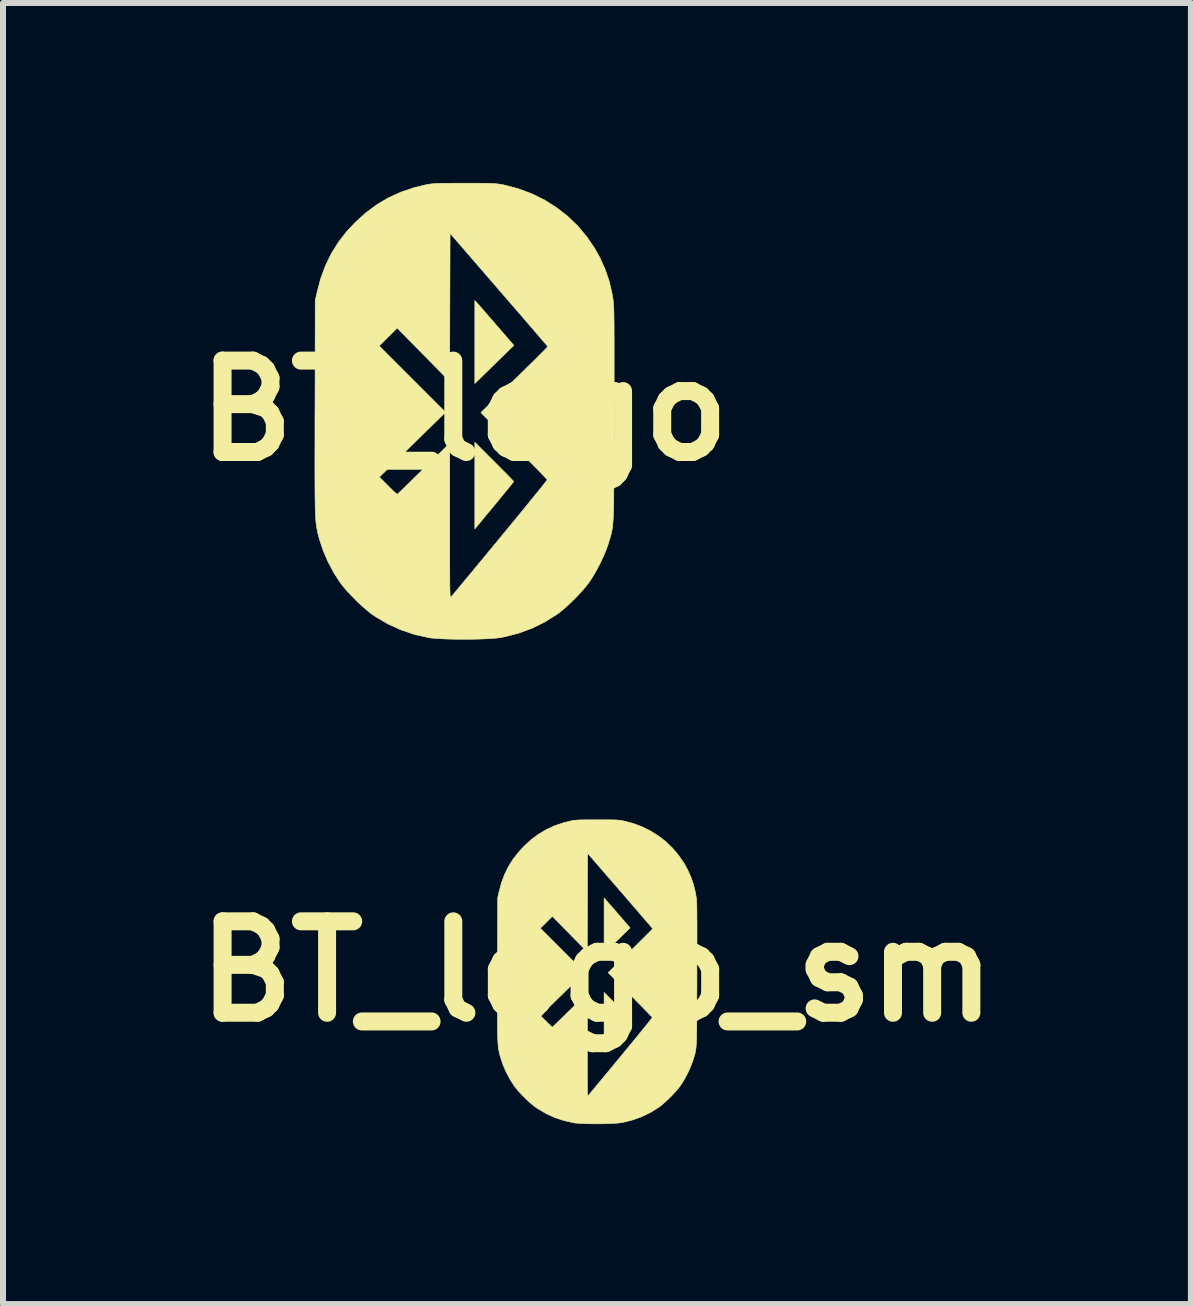
<source format=kicad_pcb>
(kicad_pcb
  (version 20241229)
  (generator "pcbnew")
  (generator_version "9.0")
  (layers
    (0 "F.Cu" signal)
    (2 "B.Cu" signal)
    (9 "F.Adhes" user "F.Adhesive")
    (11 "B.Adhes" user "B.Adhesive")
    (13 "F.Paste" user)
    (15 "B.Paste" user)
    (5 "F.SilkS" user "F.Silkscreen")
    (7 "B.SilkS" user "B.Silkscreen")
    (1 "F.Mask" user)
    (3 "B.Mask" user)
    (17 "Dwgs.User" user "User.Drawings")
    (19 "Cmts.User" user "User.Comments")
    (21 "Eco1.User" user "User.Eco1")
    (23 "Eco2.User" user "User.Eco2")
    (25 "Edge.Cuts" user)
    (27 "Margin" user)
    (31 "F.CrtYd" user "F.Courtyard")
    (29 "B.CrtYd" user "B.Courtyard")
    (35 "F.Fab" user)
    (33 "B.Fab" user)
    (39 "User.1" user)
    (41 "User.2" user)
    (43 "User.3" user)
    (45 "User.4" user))
  (footprint "BT_logo_sm"
    (layer "F.Cu")
    (at 6.902 13.144)
    (property "Reference" "BT_logo_sm" (at 0 0 0) (layer "F.SilkS") (effects (font (size 1.524 1.524) (thickness 0.3))))
    (attr through_hole)
    (fp_poly (pts (xy 0.139 -1.202) (xy 0.149 -1.191) (xy 0.168 -1.168) (xy 0.196 -1.136) (xy 0.231 -1.097) (xy 0.271 -1.05) (xy 0.316 -0.999) (xy 0.355 -0.953) (xy 0.552 -0.726) (xy 0.507 -0.682) (xy 0.489 -0.664) (xy 0.46 -0.637) (xy 0.424 -0.602) (xy 0.383 -0.561) (xy 0.337 -0.516) (xy 0.29 -0.47) (xy 0.29 -0.47) (xy 0.119 -0.302) (xy 0.119 -1.223) (xy 0.139 -1.202)) (stroke (width 0.01) (type solid)) (fill yes) (layer "F.SilkS"))
    (fp_poly (pts (xy 0.334 0.567) (xy 0.384 0.617) (xy 0.43 0.663) (xy 0.47 0.703) (xy 0.503 0.738) (xy 0.529 0.764) (xy 0.545 0.781) (xy 0.55 0.787) (xy 0.545 0.795) (xy 0.531 0.813) (xy 0.508 0.841) (xy 0.48 0.876) (xy 0.448 0.916) (xy 0.436 0.93) (xy 0.392 0.982) (xy 0.345 1.04) (xy 0.296 1.099) (xy 0.251 1.154) (xy 0.22 1.191) (xy 0.119 1.314) (xy 0.119 0.351) (xy 0.334 0.567)) (stroke (width 0.01) (type solid)) (fill yes) (layer "F.SilkS"))
    (fp_poly (pts (xy 0.091 -2.527) (xy 0.162 -2.527) (xy 0.221 -2.527) (xy 0.269 -2.526) (xy 0.307 -2.525) (xy 0.339 -2.523) (xy 0.365 -2.521) (xy 0.388 -2.518) (xy 0.411 -2.515) (xy 0.434 -2.51) (xy 0.445 -2.508) (xy 0.602 -2.467) (xy 0.752 -2.411) (xy 0.894 -2.34) (xy 1.027 -2.257) (xy 1.15 -2.161) (xy 1.262 -2.052) (xy 1.363 -1.932) (xy 1.452 -1.802) (xy 1.51 -1.697) (xy 1.566 -1.572) (xy 1.609 -1.447) (xy 1.641 -1.316) (xy 1.655 -1.232) (xy 1.657 -1.217) (xy 1.659 -1.201) (xy 1.66 -1.181) (xy 1.662 -1.157) (xy 1.663 -1.129) (xy 1.664 -1.095) (xy 1.665 -1.054) (xy 1.665 -1.006) (xy 1.666 -0.95) (xy 1.666 -0.885) (xy 1.667 -0.809) (xy 1.667 -0.723) (xy 1.667 -0.625) (xy 1.667 -0.514) (xy 1.667 -0.389) (xy 1.666 -0.25) (xy 1.666 -0.096) (xy 1.666 0.042) (xy 1.666 0.21) (xy 1.665 0.362) (xy 1.665 0.499) (xy 1.665 0.622) (xy 1.664 0.731) (xy 1.664 0.829) (xy 1.663 0.914) (xy 1.662 0.99) (xy 1.661 1.055) (xy 1.66 1.113) (xy 1.658 1.162) (xy 1.656 1.205) (xy 1.653 1.241) (xy 1.651 1.273) (xy 1.647 1.301) (xy 1.643 1.326) (xy 1.639 1.349) (xy 1.634 1.37) (xy 1.628 1.391) (xy 1.622 1.413) (xy 1.615 1.436) (xy 1.607 1.462) (xy 1.604 1.472) (xy 1.58 1.54) (xy 1.549 1.616) (xy 1.512 1.696) (xy 1.471 1.775) (xy 1.429 1.847) (xy 1.391 1.905) (xy 1.352 1.955) (xy 1.304 2.011) (xy 1.248 2.07) (xy 1.19 2.128) (xy 1.131 2.183) (xy 1.076 2.23) (xy 1.033 2.263) (xy 0.897 2.348) (xy 0.753 2.419) (xy 0.602 2.474) (xy 0.446 2.514) (xy 0.394 2.523) (xy 0.348 2.529) (xy 0.289 2.533) (xy 0.22 2.537) (xy 0.142 2.539) (xy 0.059 2.541) (xy -0.025 2.541) (xy -0.109 2.54) (xy -0.188 2.538) (xy -0.261 2.535) (xy -0.324 2.531) (xy -0.374 2.526) (xy -0.389 2.523) (xy -0.546 2.488) (xy -0.699 2.438) (xy -0.844 2.372) (xy -0.982 2.291) (xy -1.024 2.263) (xy -1.074 2.224) (xy -1.131 2.176) (xy -1.19 2.12) (xy -1.248 2.061) (xy -1.303 2.002) (xy -1.351 1.946) (xy -1.382 1.905) (xy -1.451 1.796) (xy -1.514 1.678) (xy -1.567 1.555) (xy -1.607 1.433) (xy -1.617 1.399) (xy -1.623 1.375) (xy -1.628 1.354) (xy -1.633 1.332) (xy -1.637 1.311) (xy -1.641 1.288) (xy -1.644 1.264) (xy -1.647 1.236) (xy -1.65 1.205) (xy -1.652 1.168) (xy -1.654 1.126) (xy -1.655 1.077) (xy -1.656 1.021) (xy -1.657 0.956) (xy -1.658 0.882) (xy -1.658 0.798) (xy -1.658 0.703) (xy -1.659 0.595) (xy -1.658 0.475) (xy -1.658 0.34) (xy -1.658 0.191) (xy -1.658 0.026) (xy -1.658 -0.038) (xy -1.656 -0.72) (xy -0.944 -0.72) (xy -0.576 -0.351) (xy -0.207 0.017) (xy -0.313 0.121) (xy -0.343 0.15) (xy -0.383 0.189) (xy -0.431 0.236) (xy -0.485 0.289) (xy -0.543 0.346) (xy -0.603 0.405) (xy -0.663 0.464) (xy -0.681 0.481) (xy -0.943 0.738) (xy -0.846 0.835) (xy -0.813 0.867) (xy -0.784 0.895) (xy -0.762 0.915) (xy -0.747 0.927) (xy -0.744 0.929) (xy -0.737 0.923) (xy -0.719 0.906) (xy -0.691 0.88) (xy -0.655 0.845) (xy -0.611 0.803) (xy -0.562 0.755) (xy -0.508 0.702) (xy -0.45 0.645) (xy -0.449 0.645) (xy -0.161 0.363) (xy -0.161 1.225) (xy -0.161 1.364) (xy -0.161 1.488) (xy -0.161 1.597) (xy -0.161 1.691) (xy -0.16 1.773) (xy -0.16 1.842) (xy -0.16 1.9) (xy -0.159 1.947) (xy -0.158 1.986) (xy -0.158 2.016) (xy -0.156 2.038) (xy -0.155 2.054) (xy -0.154 2.065) (xy -0.152 2.071) (xy -0.15 2.073) (xy -0.148 2.072) (xy -0.145 2.07) (xy -0.145 2.07) (xy -0.137 2.061) (xy -0.12 2.04) (xy -0.093 2.008) (xy -0.058 1.966) (xy -0.015 1.914) (xy 0.035 1.853) (xy 0.092 1.785) (xy 0.153 1.711) (xy 0.22 1.631) (xy 0.29 1.545) (xy 0.364 1.456) (xy 0.397 1.416) (xy 0.471 1.326) (xy 0.543 1.239) (xy 0.61 1.157) (xy 0.673 1.081) (xy 0.73 1.01) (xy 0.782 0.947) (xy 0.826 0.892) (xy 0.863 0.846) (xy 0.892 0.81) (xy 0.912 0.784) (xy 0.922 0.771) (xy 0.923 0.768) (xy 0.917 0.761) (xy 0.9 0.742) (xy 0.873 0.714) (xy 0.838 0.677) (xy 0.794 0.632) (xy 0.744 0.58) (xy 0.687 0.523) (xy 0.626 0.461) (xy 0.561 0.396) (xy 0.555 0.389) (xy 0.186 0.021) (xy 0.559 -0.343) (xy 0.625 -0.407) (xy 0.687 -0.468) (xy 0.744 -0.525) (xy 0.796 -0.576) (xy 0.84 -0.62) (xy 0.877 -0.657) (xy 0.905 -0.686) (xy 0.922 -0.704) (xy 0.929 -0.712) (xy 0.929 -0.713) (xy 0.924 -0.72) (xy 0.907 -0.739) (xy 0.882 -0.769) (xy 0.847 -0.809) (xy 0.805 -0.858) (xy 0.755 -0.916) (xy 0.699 -0.982) (xy 0.636 -1.054) (xy 0.569 -1.132) (xy 0.498 -1.215) (xy 0.423 -1.302) (xy 0.385 -1.345) (xy -0.157 -1.971) (xy -0.162 -0.326) (xy -0.453 -0.622) (xy -0.744 -0.919) (xy -0.844 -0.819) (xy -0.944 -0.72) (xy -1.656 -0.72) (xy -1.655 -1.223) (xy -1.636 -1.312) (xy -1.595 -1.468) (xy -1.542 -1.612) (xy -1.476 -1.747) (xy -1.397 -1.873) (xy -1.303 -1.993) (xy -1.215 -2.087) (xy -1.097 -2.196) (xy -0.973 -2.288) (xy -0.841 -2.366) (xy -0.702 -2.429) (xy -0.553 -2.479) (xy -0.436 -2.508) (xy -0.412 -2.513) (xy -0.39 -2.517) (xy -0.367 -2.52) (xy -0.343 -2.522) (xy -0.314 -2.524) (xy -0.278 -2.525) (xy -0.235 -2.526) (xy -0.182 -2.527) (xy -0.116 -2.527) (xy -0.036 -2.527) (xy 0.004 -2.527) (xy 0.091 -2.527)) (stroke (width 0.01) (type solid)) (fill yes) (layer "F.SilkS")))
  (footprint "BT_logo"
    (layer "F.Cu")
    (at 4.688 3.796)
    (property "Reference" "BT_logo" (at 0 0 0) (layer "F.SilkS") (effects (font (size 1.524 1.524) (thickness 0.3))))
    (attr through_hole)
    (fp_poly (pts (xy 0.208 -1.803) (xy 0.223 -1.786) (xy 0.253 -1.753) (xy 0.295 -1.705) (xy 0.347 -1.645) (xy 0.407 -1.575) (xy 0.473 -1.499) (xy 0.533 -1.43) (xy 0.828 -1.088) (xy 0.76 -1.023) (xy 0.733 -0.996) (xy 0.691 -0.955) (xy 0.637 -0.902) (xy 0.574 -0.841) (xy 0.506 -0.774) (xy 0.435 -0.705) (xy 0.435 -0.705) (xy 0.178 -0.453) (xy 0.178 -1.835) (xy 0.208 -1.803)) (stroke (width 0.01) (type solid)) (fill yes) (layer "F.SilkS"))
    (fp_poly (pts (xy 0.502 0.851) (xy 0.576 0.925) (xy 0.644 0.994) (xy 0.705 1.055) (xy 0.755 1.106) (xy 0.793 1.146) (xy 0.817 1.171) (xy 0.825 1.181) (xy 0.818 1.192) (xy 0.796 1.22) (xy 0.763 1.262) (xy 0.72 1.314) (xy 0.671 1.374) (xy 0.653 1.395) (xy 0.589 1.474) (xy 0.517 1.561) (xy 0.444 1.649) (xy 0.376 1.731) (xy 0.33 1.787) (xy 0.178 1.971) (xy 0.178 0.527) (xy 0.502 0.851)) (stroke (width 0.01) (type solid)) (fill yes) (layer "F.SilkS"))
    (fp_poly (pts (xy 0.136 -3.791) (xy 0.244 -3.791) (xy 0.332 -3.79) (xy 0.403 -3.789) (xy 0.461 -3.787) (xy 0.508 -3.785) (xy 0.548 -3.781) (xy 0.583 -3.777) (xy 0.616 -3.772) (xy 0.65 -3.765) (xy 0.667 -3.762) (xy 0.903 -3.7) (xy 1.128 -3.616) (xy 1.341 -3.511) (xy 1.54 -3.385) (xy 1.725 -3.241) (xy 1.894 -3.078) (xy 2.045 -2.898) (xy 2.178 -2.702) (xy 2.265 -2.545) (xy 2.349 -2.358) (xy 2.414 -2.17) (xy 2.461 -1.974) (xy 2.483 -1.848) (xy 2.485 -1.826) (xy 2.488 -1.801) (xy 2.49 -1.771) (xy 2.492 -1.736) (xy 2.494 -1.693) (xy 2.496 -1.642) (xy 2.497 -1.581) (xy 2.498 -1.509) (xy 2.499 -1.425) (xy 2.499 -1.327) (xy 2.5 -1.214) (xy 2.5 -1.084) (xy 2.5 -0.937) (xy 2.5 -0.77) (xy 2.5 -0.584) (xy 2.5 -0.375) (xy 2.499 -0.144) (xy 2.499 0.064) (xy 2.498 0.315) (xy 2.498 0.543) (xy 2.497 0.749) (xy 2.497 0.933) (xy 2.496 1.097) (xy 2.495 1.243) (xy 2.494 1.372) (xy 2.493 1.484) (xy 2.492 1.583) (xy 2.489 1.669) (xy 2.487 1.743) (xy 2.484 1.807) (xy 2.48 1.862) (xy 2.476 1.91) (xy 2.471 1.952) (xy 2.465 1.989) (xy 2.458 2.023) (xy 2.451 2.055) (xy 2.442 2.087) (xy 2.433 2.119) (xy 2.422 2.154) (xy 2.41 2.192) (xy 2.406 2.208) (xy 2.371 2.31) (xy 2.323 2.424) (xy 2.267 2.544) (xy 2.206 2.662) (xy 2.143 2.77) (xy 2.086 2.857) (xy 2.029 2.932) (xy 1.956 3.016) (xy 1.873 3.105) (xy 1.785 3.192) (xy 1.697 3.274) (xy 1.614 3.345) (xy 1.549 3.394) (xy 1.345 3.522) (xy 1.13 3.628) (xy 0.904 3.711) (xy 0.669 3.771) (xy 0.591 3.785) (xy 0.523 3.793) (xy 0.434 3.8) (xy 0.33 3.805) (xy 0.213 3.809) (xy 0.089 3.811) (xy -0.038 3.811) (xy -0.163 3.81) (xy -0.282 3.807) (xy -0.391 3.802) (xy -0.486 3.796) (xy -0.561 3.789) (xy -0.584 3.785) (xy -0.82 3.733) (xy -1.048 3.656) (xy -1.267 3.557) (xy -1.474 3.437) (xy -1.537 3.394) (xy -1.611 3.336) (xy -1.696 3.263) (xy -1.785 3.18) (xy -1.873 3.091) (xy -1.955 3.003) (xy -2.026 2.92) (xy -2.073 2.857) (xy -2.177 2.694) (xy -2.271 2.517) (xy -2.35 2.332) (xy -2.411 2.149) (xy -2.425 2.098) (xy -2.434 2.063) (xy -2.442 2.03) (xy -2.449 1.999) (xy -2.455 1.967) (xy -2.461 1.933) (xy -2.466 1.896) (xy -2.471 1.854) (xy -2.474 1.807) (xy -2.478 1.752) (xy -2.48 1.689) (xy -2.483 1.616) (xy -2.484 1.532) (xy -2.486 1.435) (xy -2.487 1.323) (xy -2.487 1.197) (xy -2.488 1.054) (xy -2.488 0.893) (xy -2.488 0.712) (xy -2.487 0.51) (xy -2.487 0.286) (xy -2.487 0.039) (xy -2.486 -0.057) (xy -2.484 -1.079) (xy -1.416 -1.079) (xy -0.864 -0.527) (xy -0.311 0.026) (xy -0.47 0.182) (xy -0.514 0.225) (xy -0.574 0.284) (xy -0.646 0.354) (xy -0.727 0.434) (xy -0.814 0.519) (xy -0.905 0.608) (xy -0.995 0.697) (xy -1.021 0.722) (xy -1.414 1.107) (xy -1.269 1.252) (xy -1.22 1.301) (xy -1.177 1.342) (xy -1.143 1.373) (xy -1.121 1.391) (xy -1.115 1.394) (xy -1.105 1.385) (xy -1.078 1.359) (xy -1.036 1.32) (xy -0.982 1.267) (xy -0.917 1.204) (xy -0.843 1.132) (xy -0.762 1.053) (xy -0.675 0.968) (xy -0.674 0.967) (xy -0.241 0.544) (xy -0.241 1.837) (xy -0.241 2.046) (xy -0.241 2.232) (xy -0.241 2.395) (xy -0.241 2.537) (xy -0.241 2.659) (xy -0.24 2.763) (xy -0.24 2.85) (xy -0.239 2.921) (xy -0.238 2.979) (xy -0.236 3.024) (xy -0.235 3.057) (xy -0.233 3.081) (xy -0.231 3.097) (xy -0.228 3.106) (xy -0.225 3.109) (xy -0.222 3.109) (xy -0.218 3.105) (xy -0.217 3.105) (xy -0.206 3.092) (xy -0.18 3.06) (xy -0.139 3.012) (xy -0.086 2.948) (xy -0.022 2.87) (xy 0.053 2.78) (xy 0.138 2.678) (xy 0.23 2.566) (xy 0.33 2.446) (xy 0.435 2.318) (xy 0.546 2.185) (xy 0.595 2.124) (xy 0.707 1.989) (xy 0.814 1.859) (xy 0.915 1.736) (xy 1.009 1.621) (xy 1.095 1.515) (xy 1.172 1.42) (xy 1.239 1.338) (xy 1.295 1.269) (xy 1.338 1.214) (xy 1.368 1.176) (xy 1.383 1.156) (xy 1.384 1.153) (xy 1.376 1.141) (xy 1.35 1.113) (xy 1.31 1.071) (xy 1.257 1.015) (xy 1.191 0.947) (xy 1.115 0.87) (xy 1.031 0.784) (xy 0.939 0.692) (xy 0.842 0.594) (xy 0.832 0.584) (xy 0.279 0.032) (xy 0.838 -0.514) (xy 0.937 -0.611) (xy 1.03 -0.703) (xy 1.116 -0.787) (xy 1.194 -0.864) (xy 1.26 -0.931) (xy 1.316 -0.986) (xy 1.357 -1.028) (xy 1.384 -1.056) (xy 1.394 -1.068) (xy 1.394 -1.069) (xy 1.385 -1.079) (xy 1.361 -1.108) (xy 1.323 -1.153) (xy 1.271 -1.213) (xy 1.207 -1.288) (xy 1.133 -1.375) (xy 1.048 -1.473) (xy 0.955 -1.581) (xy 0.854 -1.698) (xy 0.746 -1.822) (xy 0.634 -1.952) (xy 0.578 -2.017) (xy -0.235 -2.957) (xy -0.239 -1.723) (xy -0.242 -0.489) (xy -0.679 -0.933) (xy -1.116 -1.378) (xy -1.416 -1.079) (xy -2.484 -1.079) (xy -2.483 -1.835) (xy -2.453 -1.968) (xy -2.392 -2.202) (xy -2.312 -2.418) (xy -2.214 -2.62) (xy -2.095 -2.81) (xy -1.955 -2.99) (xy -1.823 -3.131) (xy -1.645 -3.293) (xy -1.459 -3.432) (xy -1.262 -3.549) (xy -1.053 -3.644) (xy -0.83 -3.719) (xy -0.654 -3.762) (xy -0.618 -3.769) (xy -0.585 -3.775) (xy -0.551 -3.78) (xy -0.514 -3.783) (xy -0.47 -3.786) (xy -0.418 -3.788) (xy -0.353 -3.79) (xy -0.272 -3.79) (xy -0.174 -3.791) (xy -0.054 -3.791) (xy 0.006 -3.791) (xy 0.136 -3.791)) (stroke (width 0.01) (type solid)) (fill yes) (layer "F.SilkS")))
  (gr_rect
    (start -3 -3)
    (end 16.803 18.69)
    (stroke (width 0.1) (type default))
    (fill no)
    (layer "Edge.Cuts")))
</source>
